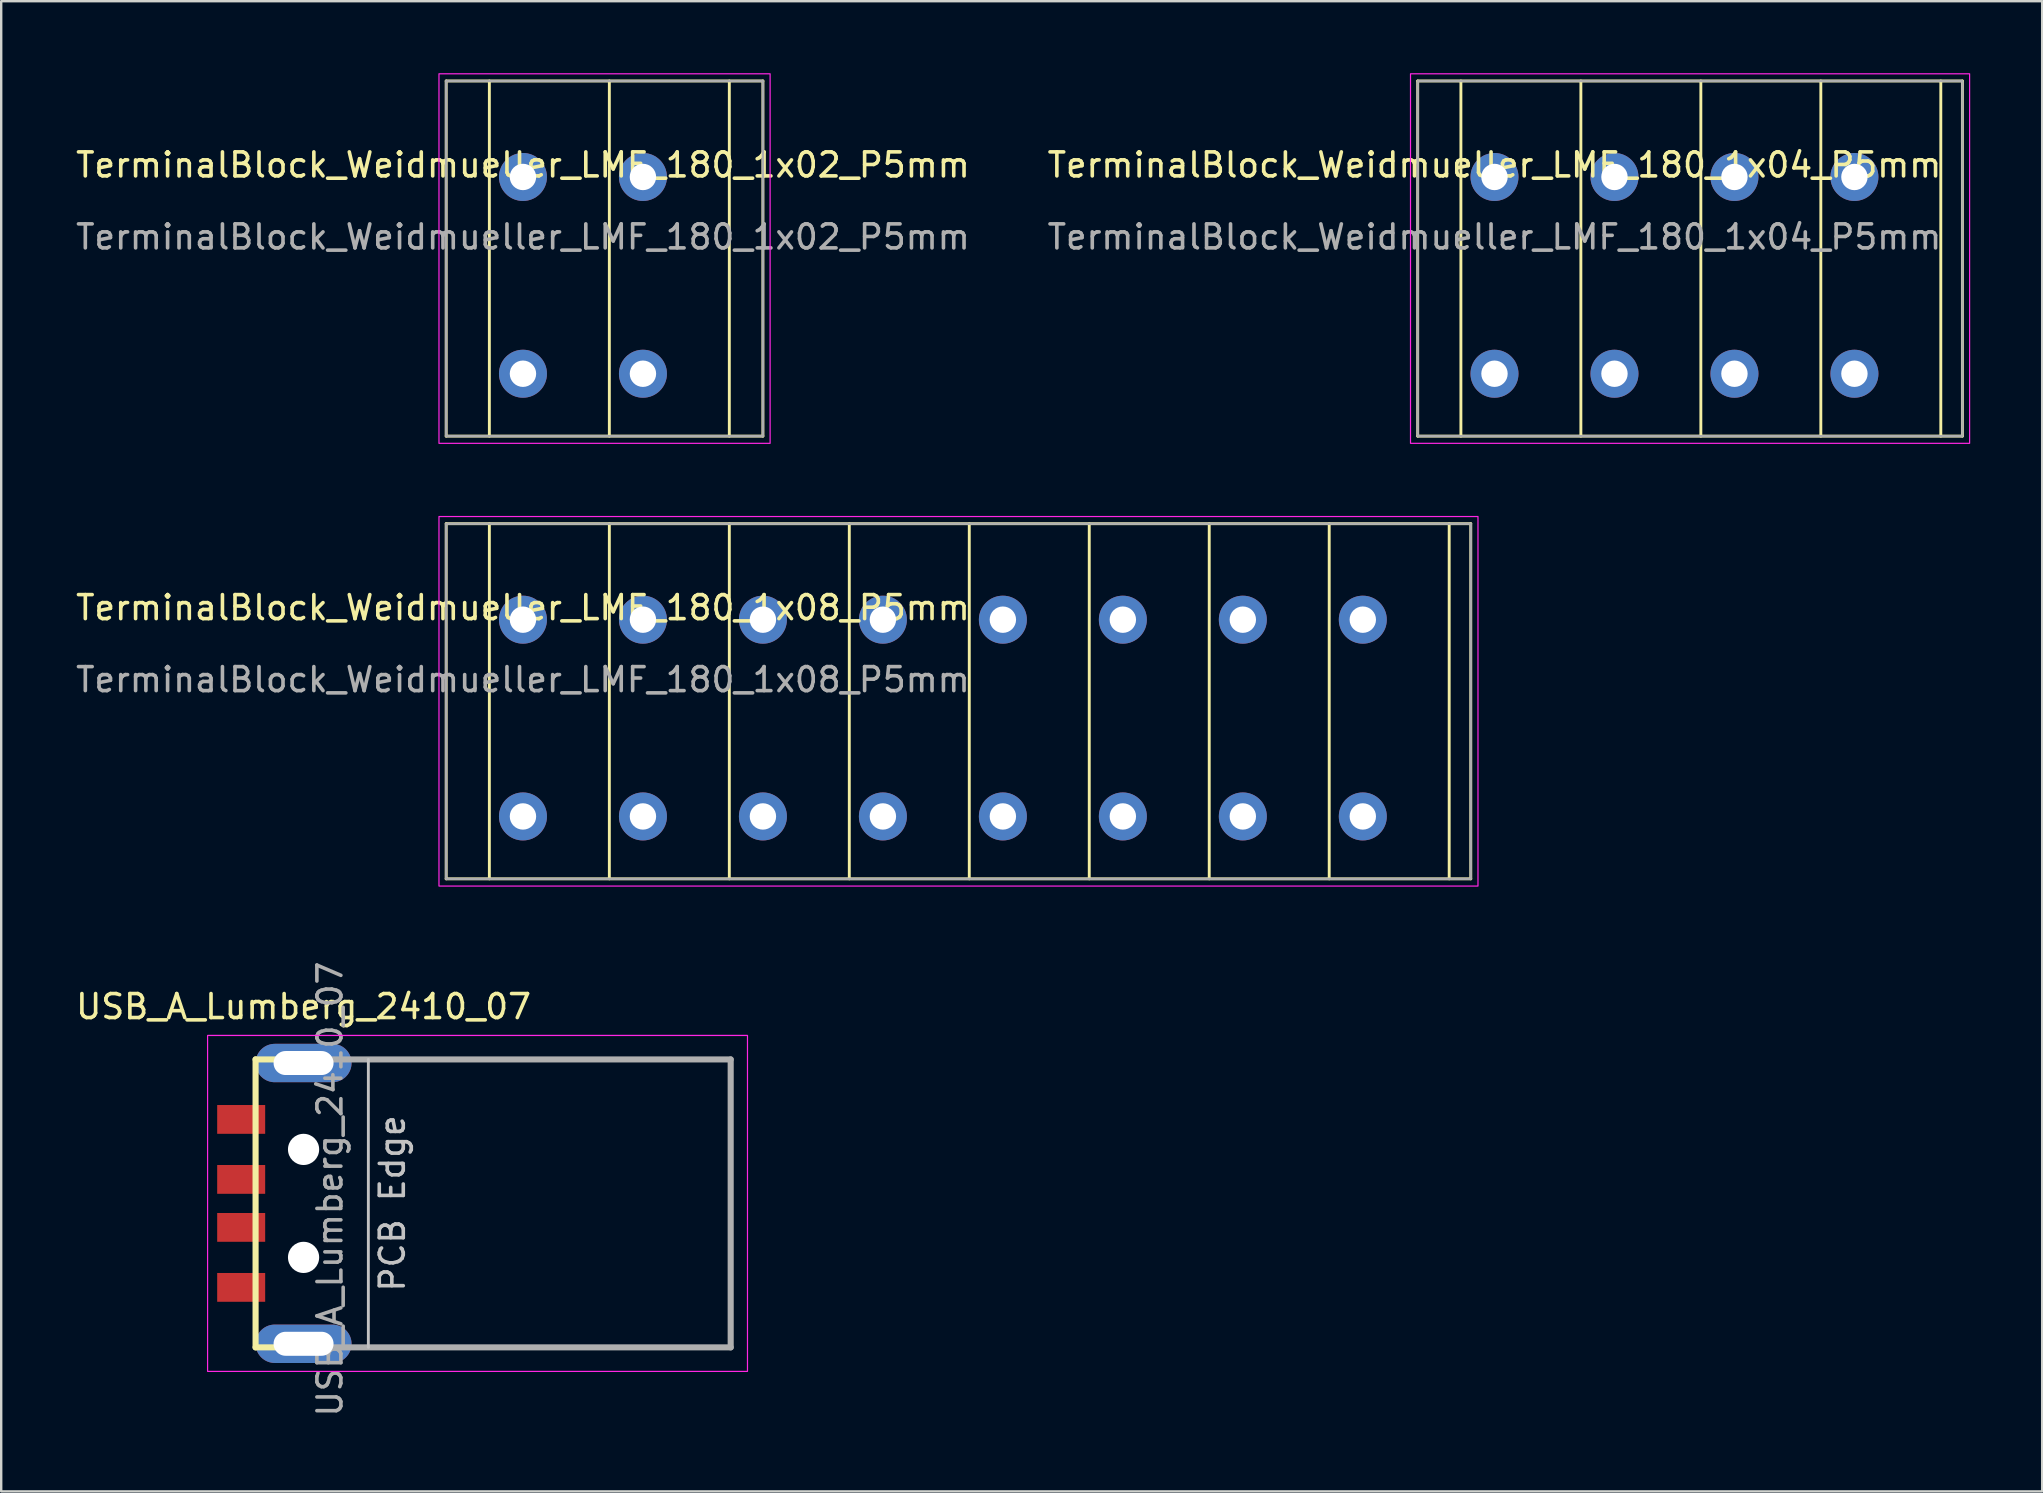
<source format=kicad_pcb>
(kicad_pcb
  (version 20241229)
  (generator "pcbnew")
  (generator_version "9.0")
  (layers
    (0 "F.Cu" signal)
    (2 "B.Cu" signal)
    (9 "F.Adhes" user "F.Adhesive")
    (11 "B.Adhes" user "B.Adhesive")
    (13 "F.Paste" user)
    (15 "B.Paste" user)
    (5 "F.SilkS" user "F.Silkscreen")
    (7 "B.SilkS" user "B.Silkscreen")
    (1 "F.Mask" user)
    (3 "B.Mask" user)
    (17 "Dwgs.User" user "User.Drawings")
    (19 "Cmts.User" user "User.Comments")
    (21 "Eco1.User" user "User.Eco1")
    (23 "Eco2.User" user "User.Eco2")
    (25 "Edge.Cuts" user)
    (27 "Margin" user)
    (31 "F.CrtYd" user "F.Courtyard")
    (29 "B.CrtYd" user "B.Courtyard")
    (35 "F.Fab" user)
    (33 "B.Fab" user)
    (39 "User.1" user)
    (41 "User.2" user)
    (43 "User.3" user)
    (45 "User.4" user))
  (footprint "TerminalBlock_Weidmueller_LMF_180_1x02_P5mm"
    (layer "F.Cu")
    (at 18.744 4.325)
    (property "Reference" "TerminalBlock_Weidmueller_LMF_180_1x02_P5mm" (at 0 -0.5 0) (unlocked yes) (layer "F.SilkS") (effects (font (size 1 1) (thickness 0.15))))
    (attr through_hole)
    (fp_line (start -3.2 -4) (end 10 -4) (stroke (width 0.12) (type default)) (layer "F.SilkS"))
    (fp_line (start -3.2 10.8) (end -3.2 -4) (stroke (width 0.12) (type default)) (layer "F.SilkS"))
    (fp_line (start -1.4 -4) (end -1.4 10.8) (stroke (width 0.12) (type default)) (layer "F.SilkS"))
    (fp_line (start 3.6 -4) (end 3.6 10.8) (stroke (width 0.12) (type default)) (layer "F.SilkS"))
    (fp_line (start 8.6 -4) (end 8.6 10.8) (stroke (width 0.12) (type default)) (layer "F.SilkS"))
    (fp_line (start 10 -4) (end 10 10.8) (stroke (width 0.12) (type default)) (layer "F.SilkS"))
    (fp_line (start 10 10.8) (end -3.2 10.8) (stroke (width 0.12) (type default)) (layer "F.SilkS"))
    (fp_rect (start -3.5 -4.3) (end 10.3 11.1) (stroke (width 0.05) (type default)) (fill no) (layer "F.CrtYd"))
    (fp_rect (start -3.2 -4) (end 10 10.8) (stroke (width 0.1) (type default)) (fill no) (layer "F.Fab"))
    (fp_circle (center 1.1 5.6) (end 2.7 6.4) (stroke (width 0.12) (type default)) (fill no) (layer "User.1"))
    (fp_circle (center 6.1 5.6) (end 7.7 6.4) (stroke (width 0.12) (type default)) (fill no) (layer "User.1"))
    (fp_text user "${REFERENCE}" (at 0 2.5 0) (unlocked yes) (layer "F.Fab") (effects (font (size 1 1) (thickness 0.15))))
    (pad "1" thru_hole circle (at 0 0) (size 2 2) (drill 1.1) (layers "*.Cu" "*.Mask"))
    (pad "1" thru_hole circle (at 0 8.2) (size 2 2) (drill 1.1) (layers "*.Cu" "*.Mask"))
    (pad "2" thru_hole circle (at 5 0) (size 2 2) (drill 1.1) (layers "*.Cu" "*.Mask"))
    (pad "2" thru_hole circle (at 5 8.2) (size 2 2) (drill 1.1) (layers "*.Cu" "*.Mask")))
  (footprint "TerminalBlock_Weidmueller_LMF_180_1x08_P5mm"
    (layer "F.Cu")
    (at 18.744 22.775)
    (property "Reference" "TerminalBlock_Weidmueller_LMF_180_1x08_P5mm" (at 0 -0.5 0) (unlocked yes) (layer "F.SilkS") (effects (font (size 1 1) (thickness 0.15))))
    (attr through_hole)
    (fp_line (start -3.2 -4) (end 39.5 -4) (stroke (width 0.12) (type default)) (layer "F.SilkS"))
    (fp_line (start -3.2 10.8) (end -3.2 -4) (stroke (width 0.12) (type default)) (layer "F.SilkS"))
    (fp_line (start -1.4 -4) (end -1.4 10.8) (stroke (width 0.12) (type default)) (layer "F.SilkS"))
    (fp_line (start 3.6 -4) (end 3.6 10.8) (stroke (width 0.12) (type default)) (layer "F.SilkS"))
    (fp_line (start 8.6 -4) (end 8.6 10.8) (stroke (width 0.12) (type default)) (layer "F.SilkS"))
    (fp_line (start 13.6 -4) (end 13.6 10.8) (stroke (width 0.12) (type default)) (layer "F.SilkS"))
    (fp_line (start 18.6 -4) (end 18.6 10.8) (stroke (width 0.12) (type default)) (layer "F.SilkS"))
    (fp_line (start 23.6 -4) (end 23.6 10.8) (stroke (width 0.12) (type default)) (layer "F.SilkS"))
    (fp_line (start 28.6 -4) (end 28.6 10.8) (stroke (width 0.12) (type default)) (layer "F.SilkS"))
    (fp_line (start 33.6 -4) (end 33.6 10.8) (stroke (width 0.12) (type default)) (layer "F.SilkS"))
    (fp_line (start 38.6 -4) (end 38.6 10.8) (stroke (width 0.12) (type default)) (layer "F.SilkS"))
    (fp_line (start 39.5 -4) (end 39.5 10.8) (stroke (width 0.12) (type default)) (layer "F.SilkS"))
    (fp_line (start 39.5 10.8) (end -3.2 10.8) (stroke (width 0.12) (type default)) (layer "F.SilkS"))
    (fp_rect (start -3.5 -4.3) (end 39.8 11.1) (stroke (width 0.05) (type default)) (fill no) (layer "F.CrtYd"))
    (fp_rect (start -3.2 -4) (end 39.5 10.8) (stroke (width 0.1) (type default)) (fill no) (layer "F.Fab"))
    (fp_circle (center 1.1 5.6) (end 2.7 6.4) (stroke (width 0.12) (type default)) (fill no) (layer "User.1"))
    (fp_circle (center 6.1 5.6) (end 7.7 6.4) (stroke (width 0.12) (type default)) (fill no) (layer "User.1"))
    (fp_circle (center 11.1 5.6) (end 12.7 6.4) (stroke (width 0.12) (type default)) (fill no) (layer "User.1"))
    (fp_circle (center 16.1 5.6) (end 17.7 6.4) (stroke (width 0.12) (type default)) (fill no) (layer "User.1"))
    (fp_circle (center 21.1 5.6) (end 22.7 6.4) (stroke (width 0.12) (type default)) (fill no) (layer "User.1"))
    (fp_circle (center 26.1 5.6) (end 27.7 6.4) (stroke (width 0.12) (type default)) (fill no) (layer "User.1"))
    (fp_circle (center 31.1 5.6) (end 32.7 6.4) (stroke (width 0.12) (type default)) (fill no) (layer "User.1"))
    (fp_circle (center 36.1 5.6) (end 37.7 6.4) (stroke (width 0.12) (type default)) (fill no) (layer "User.1"))
    (fp_text user "${REFERENCE}" (at 0 2.5 0) (unlocked yes) (layer "F.Fab") (effects (font (size 1 1) (thickness 0.15))))
    (pad "1" thru_hole circle (at 0 0) (size 2 2) (drill 1.1) (layers "*.Cu" "*.Mask"))
    (pad "1" thru_hole circle (at 0 8.2) (size 2 2) (drill 1.1) (layers "*.Cu" "*.Mask"))
    (pad "2" thru_hole circle (at 5 0) (size 2 2) (drill 1.1) (layers "*.Cu" "*.Mask"))
    (pad "2" thru_hole circle (at 5 8.2) (size 2 2) (drill 1.1) (layers "*.Cu" "*.Mask"))
    (pad "3" thru_hole circle (at 10 0) (size 2 2) (drill 1.1) (layers "*.Cu" "*.Mask"))
    (pad "3" thru_hole circle (at 10 8.2) (size 2 2) (drill 1.1) (layers "*.Cu" "*.Mask"))
    (pad "4" thru_hole circle (at 15 0) (size 2 2) (drill 1.1) (layers "*.Cu" "*.Mask"))
    (pad "4" thru_hole circle (at 15 8.2) (size 2 2) (drill 1.1) (layers "*.Cu" "*.Mask"))
    (pad "5" thru_hole circle (at 20 0) (size 2 2) (drill 1.1) (layers "*.Cu" "*.Mask"))
    (pad "5" thru_hole circle (at 20 8.2) (size 2 2) (drill 1.1) (layers "*.Cu" "*.Mask"))
    (pad "6" thru_hole circle (at 25 0) (size 2 2) (drill 1.1) (layers "*.Cu" "*.Mask"))
    (pad "6" thru_hole circle (at 25 8.2) (size 2 2) (drill 1.1) (layers "*.Cu" "*.Mask"))
    (pad "7" thru_hole circle (at 30 0) (size 2 2) (drill 1.1) (layers "*.Cu" "*.Mask"))
    (pad "7" thru_hole circle (at 30 8.2) (size 2 2) (drill 1.1) (layers "*.Cu" "*.Mask"))
    (pad "8" thru_hole circle (at 35 0) (size 2 2) (drill 1.1) (layers "*.Cu" "*.Mask"))
    (pad "8" thru_hole circle (at 35 8.2) (size 2 2) (drill 1.1) (layers "*.Cu" "*.Mask")))
  (footprint "TerminalBlock_Weidmueller_LMF_180_1x04_P5mm"
    (layer "F.Cu")
    (at 59.232 4.325)
    (property "Reference" "TerminalBlock_Weidmueller_LMF_180_1x04_P5mm" (at 0 -0.5 0) (unlocked yes) (layer "F.SilkS") (effects (font (size 1 1) (thickness 0.15))))
    (attr through_hole)
    (fp_line (start -3.2 -4) (end 19.5 -4) (stroke (width 0.12) (type default)) (layer "F.SilkS"))
    (fp_line (start -3.2 10.8) (end -3.2 -4) (stroke (width 0.12) (type default)) (layer "F.SilkS"))
    (fp_line (start -1.4 -4) (end -1.4 10.8) (stroke (width 0.12) (type default)) (layer "F.SilkS"))
    (fp_line (start 3.6 -4) (end 3.6 10.8) (stroke (width 0.12) (type default)) (layer "F.SilkS"))
    (fp_line (start 8.6 -4) (end 8.6 10.8) (stroke (width 0.12) (type default)) (layer "F.SilkS"))
    (fp_line (start 13.6 -4) (end 13.6 10.8) (stroke (width 0.12) (type default)) (layer "F.SilkS"))
    (fp_line (start 18.6 -4) (end 18.6 10.8) (stroke (width 0.12) (type default)) (layer "F.SilkS"))
    (fp_line (start 19.5 -4) (end 19.5 10.8) (stroke (width 0.12) (type default)) (layer "F.SilkS"))
    (fp_line (start 19.5 10.8) (end -3.2 10.8) (stroke (width 0.12) (type default)) (layer "F.SilkS"))
    (fp_rect (start -3.5 -4.3) (end 19.8 11.1) (stroke (width 0.05) (type default)) (fill no) (layer "F.CrtYd"))
    (fp_rect (start -3.2 -4) (end 19.5 10.8) (stroke (width 0.1) (type default)) (fill no) (layer "F.Fab"))
    (fp_circle (center 1.1 5.6) (end 2.7 6.4) (stroke (width 0.12) (type default)) (fill no) (layer "User.1"))
    (fp_circle (center 6.1 5.6) (end 7.7 6.4) (stroke (width 0.12) (type default)) (fill no) (layer "User.1"))
    (fp_circle (center 11.1 5.6) (end 12.7 6.4) (stroke (width 0.12) (type default)) (fill no) (layer "User.1"))
    (fp_circle (center 16.1 5.6) (end 17.7 6.4) (stroke (width 0.12) (type default)) (fill no) (layer "User.1"))
    (fp_text user "${REFERENCE}" (at 0 2.5 0) (unlocked yes) (layer "F.Fab") (effects (font (size 1 1) (thickness 0.15))))
    (pad "1" thru_hole circle (at 0 0) (size 2 2) (drill 1.1) (layers "*.Cu" "*.Mask"))
    (pad "1" thru_hole circle (at 0 8.2) (size 2 2) (drill 1.1) (layers "*.Cu" "*.Mask"))
    (pad "2" thru_hole circle (at 5 0) (size 2 2) (drill 1.1) (layers "*.Cu" "*.Mask"))
    (pad "2" thru_hole circle (at 5 8.2) (size 2 2) (drill 1.1) (layers "*.Cu" "*.Mask"))
    (pad "3" thru_hole circle (at 10 0) (size 2 2) (drill 1.1) (layers "*.Cu" "*.Mask"))
    (pad "3" thru_hole circle (at 10 8.2) (size 2 2) (drill 1.1) (layers "*.Cu" "*.Mask"))
    (pad "4" thru_hole circle (at 15 0) (size 2 2) (drill 1.1) (layers "*.Cu" "*.Mask"))
    (pad "4" thru_hole circle (at 15 8.2) (size 2 2) (drill 1.1) (layers "*.Cu" "*.Mask")))
  (footprint "USB_A_Lumberg_2410_07"
    (layer "F.Cu")
    (at 9.601 47.101)
    (property "Reference" "USB_A_Lumberg_2410_07" (at 0 -8.2 0) (unlocked yes) (layer "F.SilkS") (effects (font (size 1 1) (thickness 0.15))))
    (attr smd)
    (fp_line (start -2 -6) (end -2 6) (stroke (width 0.254) (type solid)) (layer "F.SilkS"))
    (fp_line (start -2 6) (end 0 6) (stroke (width 0.254) (type solid)) (layer "F.SilkS"))
    (fp_line (start 0 -6) (end -2 -6) (stroke (width 0.254) (type solid)) (layer "F.SilkS"))
    (fp_line (start 2.7 -6) (end 2.7 6) (stroke (width 0.12) (type solid)) (layer "Dwgs.User"))
    (fp_rect (start -4 -7) (end 18.5 7) (stroke (width 0.05) (type solid)) (fill no) (layer "F.CrtYd"))
    (fp_line (start 0 -6) (end 17.8 -6) (stroke (width 0.254) (type solid)) (layer "F.Fab"))
    (fp_line (start 17.8 -6) (end 17.8 6) (stroke (width 0.254) (type solid)) (layer "F.Fab"))
    (fp_line (start 17.8 6) (end 0 6) (stroke (width 0.254) (type solid)) (layer "F.Fab"))
    (fp_text user "PCB Edge" (at 3.7 0 90) (unlocked yes) (layer "Dwgs.User") (effects (font (size 1 1) (thickness 0.15))))
    (fp_text user "${REFERENCE}" (at 1.1 -0.6 90) (unlocked yes) (layer "F.Fab") (effects (font (size 1 1) (thickness 0.15))))
    (pad "" np_thru_hole circle (at 0 -2.25) (size 1.3 1.3) (drill 1.3) (layers "*.Cu" "*.Mask"))
    (pad "" np_thru_hole circle (at 0 2.25) (size 1.3 1.3) (drill 1.3) (layers "*.Cu" "*.Mask"))
    (pad "1" smd rect (at -2.6 -3.5 90) (size 1.2 2) (layers "F.Cu" "F.Mask" "F.Paste"))
    (pad "2" smd rect (at -2.6 -1 90) (size 1.2 2) (layers "F.Cu" "F.Mask" "F.Paste"))
    (pad "3" smd rect (at -2.6 1 90) (size 1.2 2) (layers "F.Cu" "F.Mask" "F.Paste"))
    (pad "4" smd rect (at -2.6 3.5 90) (size 1.2 2) (layers "F.Cu" "F.Mask" "F.Paste"))
    (pad "5" thru_hole oval (at 0 -5.85 90) (size 1.6 4) (drill oval 1 2.5) (layers "*.Cu" "*.Mask"))
    (pad "5" thru_hole oval (at 0 5.85 90) (size 1.6 4) (drill oval 1 2.5) (layers "*.Cu" "*.Mask")))
  (gr_rect
    (start -3 -3)
    (end 82.057 59.102)
    (stroke (width 0.1) (type default))
    (fill no)
    (layer "Edge.Cuts")))
</source>
